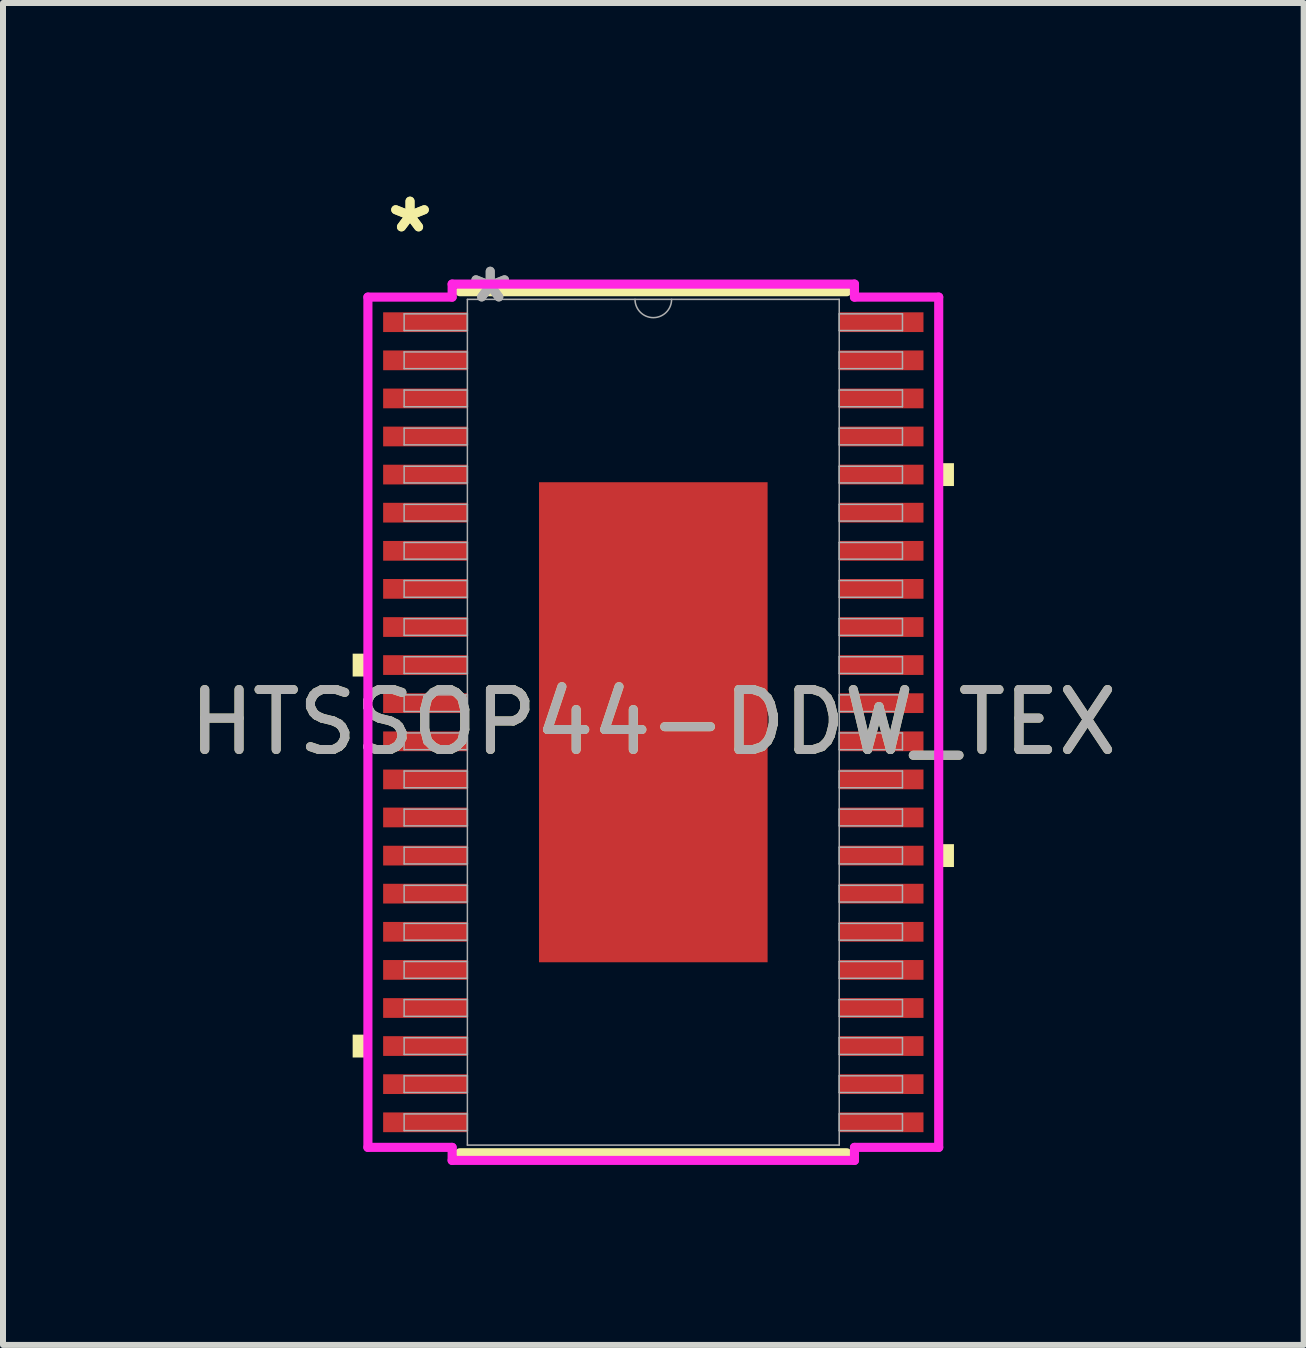
<source format=kicad_pcb>
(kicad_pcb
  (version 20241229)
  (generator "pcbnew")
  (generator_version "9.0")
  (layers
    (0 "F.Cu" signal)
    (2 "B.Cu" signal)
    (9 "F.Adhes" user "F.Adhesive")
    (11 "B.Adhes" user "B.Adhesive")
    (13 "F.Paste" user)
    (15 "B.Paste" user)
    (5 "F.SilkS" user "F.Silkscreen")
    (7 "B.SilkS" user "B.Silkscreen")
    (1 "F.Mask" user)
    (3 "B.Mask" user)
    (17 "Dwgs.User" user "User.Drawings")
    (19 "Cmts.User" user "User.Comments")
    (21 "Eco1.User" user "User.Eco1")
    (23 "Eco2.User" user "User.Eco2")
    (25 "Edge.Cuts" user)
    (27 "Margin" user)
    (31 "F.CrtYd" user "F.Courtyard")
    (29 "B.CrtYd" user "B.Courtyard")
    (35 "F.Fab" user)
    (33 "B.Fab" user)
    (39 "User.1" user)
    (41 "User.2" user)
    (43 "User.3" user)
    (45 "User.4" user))
  (footprint "HTSSOP44-DDW_TEX"
    (layer "F.Cu")
    (at 7.839 8.988)
    (property "Reference" "HTSSOP44-DDW_TEX" (at 0 0 0) (unlocked yes) (layer "F.SilkS") (effects (font (size 1 1) (thickness 0.15))))
    (attr smd)
    (fp_line (start -3.226 7.176) (end 3.226 7.176) (stroke (width 0.152) (type solid)) (layer "F.SilkS"))
    (fp_line (start 3.226 -7.176) (end -3.226 -7.176) (stroke (width 0.152) (type solid)) (layer "F.SilkS"))
    (fp_poly (pts (xy -5.011 -1.143) (xy -5.011 -0.762) (xy -4.757 -0.762) (xy -4.757 -1.143)) (stroke (width 0) (type solid)) (fill yes) (layer "F.SilkS"))
    (fp_poly (pts (xy -5.011 5.207) (xy -5.011 5.588) (xy -4.757 5.588) (xy -4.757 5.207)) (stroke (width 0) (type solid)) (fill yes) (layer "F.SilkS"))
    (fp_poly (pts (xy 5.011 -4.318) (xy 5.011 -3.937) (xy 4.757 -3.937) (xy 4.757 -4.318)) (stroke (width 0) (type solid)) (fill yes) (layer "F.SilkS"))
    (fp_poly (pts (xy 5.011 2.032) (xy 5.011 2.413) (xy 4.757 2.413) (xy 4.757 2.032)) (stroke (width 0) (type solid)) (fill yes) (layer "F.SilkS"))
    (fp_poly (pts (xy -1.805 -3.901) (xy -1.805 -2.767) (xy -0.735 -2.767) (xy -0.735 -3.901)) (stroke (width 0) (type solid)) (fill yes) (layer "F.Paste"))
    (fp_poly (pts (xy -1.805 -2.567) (xy -1.805 -1.433) (xy -0.735 -1.433) (xy -0.735 -2.567)) (stroke (width 0) (type solid)) (fill yes) (layer "F.Paste"))
    (fp_poly (pts (xy -1.805 -1.234) (xy -1.805 -0.1) (xy -0.735 -0.1) (xy -0.735 -1.234)) (stroke (width 0) (type solid)) (fill yes) (layer "F.Paste"))
    (fp_poly (pts (xy -1.805 0.1) (xy -1.805 1.234) (xy -0.735 1.234) (xy -0.735 0.1)) (stroke (width 0) (type solid)) (fill yes) (layer "F.Paste"))
    (fp_poly (pts (xy -1.805 1.433) (xy -1.805 2.567) (xy -0.735 2.567) (xy -0.735 1.433)) (stroke (width 0) (type solid)) (fill yes) (layer "F.Paste"))
    (fp_poly (pts (xy -1.805 2.767) (xy -1.805 3.901) (xy -0.735 3.901) (xy -0.735 2.767)) (stroke (width 0) (type solid)) (fill yes) (layer "F.Paste"))
    (fp_poly (pts (xy -0.535 -3.901) (xy -0.535 -2.767) (xy 0.535 -2.767) (xy 0.535 -3.901)) (stroke (width 0) (type solid)) (fill yes) (layer "F.Paste"))
    (fp_poly (pts (xy -0.535 -2.567) (xy -0.535 -1.433) (xy 0.535 -1.433) (xy 0.535 -2.567)) (stroke (width 0) (type solid)) (fill yes) (layer "F.Paste"))
    (fp_poly (pts (xy -0.535 -1.234) (xy -0.535 -0.1) (xy 0.535 -0.1) (xy 0.535 -1.234)) (stroke (width 0) (type solid)) (fill yes) (layer "F.Paste"))
    (fp_poly (pts (xy -0.535 0.1) (xy -0.535 1.234) (xy 0.535 1.234) (xy 0.535 0.1)) (stroke (width 0) (type solid)) (fill yes) (layer "F.Paste"))
    (fp_poly (pts (xy -0.535 1.433) (xy -0.535 2.567) (xy 0.535 2.567) (xy 0.535 1.433)) (stroke (width 0) (type solid)) (fill yes) (layer "F.Paste"))
    (fp_poly (pts (xy -0.535 2.767) (xy -0.535 3.901) (xy 0.535 3.901) (xy 0.535 2.767)) (stroke (width 0) (type solid)) (fill yes) (layer "F.Paste"))
    (fp_poly (pts (xy 0.735 -3.901) (xy 0.735 -2.767) (xy 1.805 -2.767) (xy 1.805 -3.901)) (stroke (width 0) (type solid)) (fill yes) (layer "F.Paste"))
    (fp_poly (pts (xy 0.735 -2.567) (xy 0.735 -1.433) (xy 1.805 -1.433) (xy 1.805 -2.567)) (stroke (width 0) (type solid)) (fill yes) (layer "F.Paste"))
    (fp_poly (pts (xy 0.735 -1.234) (xy 0.735 -0.1) (xy 1.805 -0.1) (xy 1.805 -1.234)) (stroke (width 0) (type solid)) (fill yes) (layer "F.Paste"))
    (fp_poly (pts (xy 0.735 0.1) (xy 0.735 1.234) (xy 1.805 1.234) (xy 1.805 0.1)) (stroke (width 0) (type solid)) (fill yes) (layer "F.Paste"))
    (fp_poly (pts (xy 0.735 1.433) (xy 0.735 2.567) (xy 1.805 2.567) (xy 1.805 1.433)) (stroke (width 0) (type solid)) (fill yes) (layer "F.Paste"))
    (fp_poly (pts (xy 0.735 2.767) (xy 0.735 3.901) (xy 1.805 3.901) (xy 1.805 2.767)) (stroke (width 0) (type solid)) (fill yes) (layer "F.Paste"))
    (fp_line (start -4.757 -7.086) (end -3.353 -7.086) (stroke (width 0.152) (type solid)) (layer "F.CrtYd"))
    (fp_line (start -4.757 7.086) (end -4.757 -7.086) (stroke (width 0.152) (type solid)) (layer "F.CrtYd"))
    (fp_line (start -4.757 7.086) (end -3.353 7.086) (stroke (width 0.152) (type solid)) (layer "F.CrtYd"))
    (fp_line (start -3.353 -7.303) (end 3.353 -7.303) (stroke (width 0.152) (type solid)) (layer "F.CrtYd"))
    (fp_line (start -3.353 -7.086) (end -3.353 -7.303) (stroke (width 0.152) (type solid)) (layer "F.CrtYd"))
    (fp_line (start -3.353 7.303) (end -3.353 7.086) (stroke (width 0.152) (type solid)) (layer "F.CrtYd"))
    (fp_line (start 3.353 -7.303) (end 3.353 -7.086) (stroke (width 0.152) (type solid)) (layer "F.CrtYd"))
    (fp_line (start 3.353 7.086) (end 3.353 7.303) (stroke (width 0.152) (type solid)) (layer "F.CrtYd"))
    (fp_line (start 3.353 7.303) (end -3.353 7.303) (stroke (width 0.152) (type solid)) (layer "F.CrtYd"))
    (fp_line (start 4.757 -7.086) (end 3.353 -7.086) (stroke (width 0.152) (type solid)) (layer "F.CrtYd"))
    (fp_line (start 4.757 -7.086) (end 4.757 7.086) (stroke (width 0.152) (type solid)) (layer "F.CrtYd"))
    (fp_line (start 4.757 7.086) (end 3.353 7.086) (stroke (width 0.152) (type solid)) (layer "F.CrtYd"))
    (fp_line (start -4.153 -6.807) (end -4.153 -6.528) (stroke (width 0.025) (type solid)) (layer "F.Fab"))
    (fp_line (start -4.153 -6.528) (end -3.099 -6.528) (stroke (width 0.025) (type solid)) (layer "F.Fab"))
    (fp_line (start -4.153 -6.172) (end -4.153 -5.893) (stroke (width 0.025) (type solid)) (layer "F.Fab"))
    (fp_line (start -4.153 -5.893) (end -3.099 -5.893) (stroke (width 0.025) (type solid)) (layer "F.Fab"))
    (fp_line (start -4.153 -5.537) (end -4.153 -5.258) (stroke (width 0.025) (type solid)) (layer "F.Fab"))
    (fp_line (start -4.153 -5.258) (end -3.099 -5.258) (stroke (width 0.025) (type solid)) (layer "F.Fab"))
    (fp_line (start -4.153 -4.902) (end -4.153 -4.623) (stroke (width 0.025) (type solid)) (layer "F.Fab"))
    (fp_line (start -4.153 -4.623) (end -3.099 -4.623) (stroke (width 0.025) (type solid)) (layer "F.Fab"))
    (fp_line (start -4.153 -4.267) (end -4.153 -3.988) (stroke (width 0.025) (type solid)) (layer "F.Fab"))
    (fp_line (start -4.153 -3.988) (end -3.099 -3.988) (stroke (width 0.025) (type solid)) (layer "F.Fab"))
    (fp_line (start -4.153 -3.632) (end -4.153 -3.353) (stroke (width 0.025) (type solid)) (layer "F.Fab"))
    (fp_line (start -4.153 -3.353) (end -3.099 -3.353) (stroke (width 0.025) (type solid)) (layer "F.Fab"))
    (fp_line (start -4.153 -2.997) (end -4.153 -2.718) (stroke (width 0.025) (type solid)) (layer "F.Fab"))
    (fp_line (start -4.153 -2.718) (end -3.099 -2.718) (stroke (width 0.025) (type solid)) (layer "F.Fab"))
    (fp_line (start -4.153 -2.362) (end -4.153 -2.083) (stroke (width 0.025) (type solid)) (layer "F.Fab"))
    (fp_line (start -4.153 -2.083) (end -3.099 -2.083) (stroke (width 0.025) (type solid)) (layer "F.Fab"))
    (fp_line (start -4.153 -1.727) (end -4.153 -1.448) (stroke (width 0.025) (type solid)) (layer "F.Fab"))
    (fp_line (start -4.153 -1.448) (end -3.099 -1.448) (stroke (width 0.025) (type solid)) (layer "F.Fab"))
    (fp_line (start -4.153 -1.092) (end -4.153 -0.813) (stroke (width 0.025) (type solid)) (layer "F.Fab"))
    (fp_line (start -4.153 -0.813) (end -3.099 -0.813) (stroke (width 0.025) (type solid)) (layer "F.Fab"))
    (fp_line (start -4.153 -0.457) (end -4.153 -0.178) (stroke (width 0.025) (type solid)) (layer "F.Fab"))
    (fp_line (start -4.153 -0.178) (end -3.099 -0.178) (stroke (width 0.025) (type solid)) (layer "F.Fab"))
    (fp_line (start -4.153 0.178) (end -4.153 0.457) (stroke (width 0.025) (type solid)) (layer "F.Fab"))
    (fp_line (start -4.153 0.457) (end -3.099 0.457) (stroke (width 0.025) (type solid)) (layer "F.Fab"))
    (fp_line (start -4.153 0.813) (end -4.153 1.092) (stroke (width 0.025) (type solid)) (layer "F.Fab"))
    (fp_line (start -4.153 1.092) (end -3.099 1.092) (stroke (width 0.025) (type solid)) (layer "F.Fab"))
    (fp_line (start -4.153 1.448) (end -4.153 1.727) (stroke (width 0.025) (type solid)) (layer "F.Fab"))
    (fp_line (start -4.153 1.727) (end -3.099 1.727) (stroke (width 0.025) (type solid)) (layer "F.Fab"))
    (fp_line (start -4.153 2.083) (end -4.153 2.362) (stroke (width 0.025) (type solid)) (layer "F.Fab"))
    (fp_line (start -4.153 2.362) (end -3.099 2.362) (stroke (width 0.025) (type solid)) (layer "F.Fab"))
    (fp_line (start -4.153 2.718) (end -4.153 2.997) (stroke (width 0.025) (type solid)) (layer "F.Fab"))
    (fp_line (start -4.153 2.997) (end -3.099 2.997) (stroke (width 0.025) (type solid)) (layer "F.Fab"))
    (fp_line (start -4.153 3.353) (end -4.153 3.632) (stroke (width 0.025) (type solid)) (layer "F.Fab"))
    (fp_line (start -4.153 3.632) (end -3.099 3.632) (stroke (width 0.025) (type solid)) (layer "F.Fab"))
    (fp_line (start -4.153 3.988) (end -4.153 4.267) (stroke (width 0.025) (type solid)) (layer "F.Fab"))
    (fp_line (start -4.153 4.267) (end -3.099 4.267) (stroke (width 0.025) (type solid)) (layer "F.Fab"))
    (fp_line (start -4.153 4.623) (end -4.153 4.902) (stroke (width 0.025) (type solid)) (layer "F.Fab"))
    (fp_line (start -4.153 4.902) (end -3.099 4.902) (stroke (width 0.025) (type solid)) (layer "F.Fab"))
    (fp_line (start -4.153 5.258) (end -4.153 5.537) (stroke (width 0.025) (type solid)) (layer "F.Fab"))
    (fp_line (start -4.153 5.537) (end -3.099 5.537) (stroke (width 0.025) (type solid)) (layer "F.Fab"))
    (fp_line (start -4.153 5.893) (end -4.153 6.172) (stroke (width 0.025) (type solid)) (layer "F.Fab"))
    (fp_line (start -4.153 6.172) (end -3.099 6.172) (stroke (width 0.025) (type solid)) (layer "F.Fab"))
    (fp_line (start -4.153 6.528) (end -4.153 6.807) (stroke (width 0.025) (type solid)) (layer "F.Fab"))
    (fp_line (start -4.153 6.807) (end -3.099 6.807) (stroke (width 0.025) (type solid)) (layer "F.Fab"))
    (fp_line (start -3.099 -7.048) (end -3.099 7.048) (stroke (width 0.025) (type solid)) (layer "F.Fab"))
    (fp_line (start -3.099 -6.807) (end -4.153 -6.807) (stroke (width 0.025) (type solid)) (layer "F.Fab"))
    (fp_line (start -3.099 -6.528) (end -3.099 -6.807) (stroke (width 0.025) (type solid)) (layer "F.Fab"))
    (fp_line (start -3.099 -6.172) (end -4.153 -6.172) (stroke (width 0.025) (type solid)) (layer "F.Fab"))
    (fp_line (start -3.099 -5.893) (end -3.099 -6.172) (stroke (width 0.025) (type solid)) (layer "F.Fab"))
    (fp_line (start -3.099 -5.537) (end -4.153 -5.537) (stroke (width 0.025) (type solid)) (layer "F.Fab"))
    (fp_line (start -3.099 -5.258) (end -3.099 -5.537) (stroke (width 0.025) (type solid)) (layer "F.Fab"))
    (fp_line (start -3.099 -4.902) (end -4.153 -4.902) (stroke (width 0.025) (type solid)) (layer "F.Fab"))
    (fp_line (start -3.099 -4.623) (end -3.099 -4.902) (stroke (width 0.025) (type solid)) (layer "F.Fab"))
    (fp_line (start -3.099 -4.267) (end -4.153 -4.267) (stroke (width 0.025) (type solid)) (layer "F.Fab"))
    (fp_line (start -3.099 -3.988) (end -3.099 -4.267) (stroke (width 0.025) (type solid)) (layer "F.Fab"))
    (fp_line (start -3.099 -3.632) (end -4.153 -3.632) (stroke (width 0.025) (type solid)) (layer "F.Fab"))
    (fp_line (start -3.099 -3.353) (end -3.099 -3.632) (stroke (width 0.025) (type solid)) (layer "F.Fab"))
    (fp_line (start -3.099 -2.997) (end -4.153 -2.997) (stroke (width 0.025) (type solid)) (layer "F.Fab"))
    (fp_line (start -3.099 -2.718) (end -3.099 -2.997) (stroke (width 0.025) (type solid)) (layer "F.Fab"))
    (fp_line (start -3.099 -2.362) (end -4.153 -2.362) (stroke (width 0.025) (type solid)) (layer "F.Fab"))
    (fp_line (start -3.099 -2.083) (end -3.099 -2.362) (stroke (width 0.025) (type solid)) (layer "F.Fab"))
    (fp_line (start -3.099 -1.727) (end -4.153 -1.727) (stroke (width 0.025) (type solid)) (layer "F.Fab"))
    (fp_line (start -3.099 -1.448) (end -3.099 -1.727) (stroke (width 0.025) (type solid)) (layer "F.Fab"))
    (fp_line (start -3.099 -1.092) (end -4.153 -1.092) (stroke (width 0.025) (type solid)) (layer "F.Fab"))
    (fp_line (start -3.099 -0.813) (end -3.099 -1.092) (stroke (width 0.025) (type solid)) (layer "F.Fab"))
    (fp_line (start -3.099 -0.457) (end -4.153 -0.457) (stroke (width 0.025) (type solid)) (layer "F.Fab"))
    (fp_line (start -3.099 -0.178) (end -3.099 -0.457) (stroke (width 0.025) (type solid)) (layer "F.Fab"))
    (fp_line (start -3.099 0.178) (end -4.153 0.178) (stroke (width 0.025) (type solid)) (layer "F.Fab"))
    (fp_line (start -3.099 0.457) (end -3.099 0.178) (stroke (width 0.025) (type solid)) (layer "F.Fab"))
    (fp_line (start -3.099 0.813) (end -4.153 0.813) (stroke (width 0.025) (type solid)) (layer "F.Fab"))
    (fp_line (start -3.099 1.092) (end -3.099 0.813) (stroke (width 0.025) (type solid)) (layer "F.Fab"))
    (fp_line (start -3.099 1.448) (end -4.153 1.448) (stroke (width 0.025) (type solid)) (layer "F.Fab"))
    (fp_line (start -3.099 1.727) (end -3.099 1.448) (stroke (width 0.025) (type solid)) (layer "F.Fab"))
    (fp_line (start -3.099 2.083) (end -4.153 2.083) (stroke (width 0.025) (type solid)) (layer "F.Fab"))
    (fp_line (start -3.099 2.362) (end -3.099 2.083) (stroke (width 0.025) (type solid)) (layer "F.Fab"))
    (fp_line (start -3.099 2.718) (end -4.153 2.718) (stroke (width 0.025) (type solid)) (layer "F.Fab"))
    (fp_line (start -3.099 2.997) (end -3.099 2.718) (stroke (width 0.025) (type solid)) (layer "F.Fab"))
    (fp_line (start -3.099 3.353) (end -4.153 3.353) (stroke (width 0.025) (type solid)) (layer "F.Fab"))
    (fp_line (start -3.099 3.632) (end -3.099 3.353) (stroke (width 0.025) (type solid)) (layer "F.Fab"))
    (fp_line (start -3.099 3.988) (end -4.153 3.988) (stroke (width 0.025) (type solid)) (layer "F.Fab"))
    (fp_line (start -3.099 4.267) (end -3.099 3.988) (stroke (width 0.025) (type solid)) (layer "F.Fab"))
    (fp_line (start -3.099 4.623) (end -4.153 4.623) (stroke (width 0.025) (type solid)) (layer "F.Fab"))
    (fp_line (start -3.099 4.902) (end -3.099 4.623) (stroke (width 0.025) (type solid)) (layer "F.Fab"))
    (fp_line (start -3.099 5.258) (end -4.153 5.258) (stroke (width 0.025) (type solid)) (layer "F.Fab"))
    (fp_line (start -3.099 5.537) (end -3.099 5.258) (stroke (width 0.025) (type solid)) (layer "F.Fab"))
    (fp_line (start -3.099 5.893) (end -4.153 5.893) (stroke (width 0.025) (type solid)) (layer "F.Fab"))
    (fp_line (start -3.099 6.172) (end -3.099 5.893) (stroke (width 0.025) (type solid)) (layer "F.Fab"))
    (fp_line (start -3.099 6.528) (end -4.153 6.528) (stroke (width 0.025) (type solid)) (layer "F.Fab"))
    (fp_line (start -3.099 6.807) (end -3.099 6.528) (stroke (width 0.025) (type solid)) (layer "F.Fab"))
    (fp_line (start -3.099 7.048) (end 3.099 7.048) (stroke (width 0.025) (type solid)) (layer "F.Fab"))
    (fp_line (start 3.099 -7.048) (end -3.099 -7.048) (stroke (width 0.025) (type solid)) (layer "F.Fab"))
    (fp_line (start 3.099 -6.807) (end 3.099 -6.528) (stroke (width 0.025) (type solid)) (layer "F.Fab"))
    (fp_line (start 3.099 -6.528) (end 4.153 -6.528) (stroke (width 0.025) (type solid)) (layer "F.Fab"))
    (fp_line (start 3.099 -6.172) (end 3.099 -5.893) (stroke (width 0.025) (type solid)) (layer "F.Fab"))
    (fp_line (start 3.099 -5.893) (end 4.153 -5.893) (stroke (width 0.025) (type solid)) (layer "F.Fab"))
    (fp_line (start 3.099 -5.537) (end 3.099 -5.258) (stroke (width 0.025) (type solid)) (layer "F.Fab"))
    (fp_line (start 3.099 -5.258) (end 4.153 -5.258) (stroke (width 0.025) (type solid)) (layer "F.Fab"))
    (fp_line (start 3.099 -4.902) (end 3.099 -4.623) (stroke (width 0.025) (type solid)) (layer "F.Fab"))
    (fp_line (start 3.099 -4.623) (end 4.153 -4.623) (stroke (width 0.025) (type solid)) (layer "F.Fab"))
    (fp_line (start 3.099 -4.267) (end 3.099 -3.988) (stroke (width 0.025) (type solid)) (layer "F.Fab"))
    (fp_line (start 3.099 -3.988) (end 4.153 -3.988) (stroke (width 0.025) (type solid)) (layer "F.Fab"))
    (fp_line (start 3.099 -3.632) (end 3.099 -3.353) (stroke (width 0.025) (type solid)) (layer "F.Fab"))
    (fp_line (start 3.099 -3.353) (end 4.153 -3.353) (stroke (width 0.025) (type solid)) (layer "F.Fab"))
    (fp_line (start 3.099 -2.997) (end 3.099 -2.718) (stroke (width 0.025) (type solid)) (layer "F.Fab"))
    (fp_line (start 3.099 -2.718) (end 4.153 -2.718) (stroke (width 0.025) (type solid)) (layer "F.Fab"))
    (fp_line (start 3.099 -2.362) (end 3.099 -2.083) (stroke (width 0.025) (type solid)) (layer "F.Fab"))
    (fp_line (start 3.099 -2.083) (end 4.153 -2.083) (stroke (width 0.025) (type solid)) (layer "F.Fab"))
    (fp_line (start 3.099 -1.727) (end 3.099 -1.448) (stroke (width 0.025) (type solid)) (layer "F.Fab"))
    (fp_line (start 3.099 -1.448) (end 4.153 -1.448) (stroke (width 0.025) (type solid)) (layer "F.Fab"))
    (fp_line (start 3.099 -1.092) (end 3.099 -0.813) (stroke (width 0.025) (type solid)) (layer "F.Fab"))
    (fp_line (start 3.099 -0.813) (end 4.153 -0.813) (stroke (width 0.025) (type solid)) (layer "F.Fab"))
    (fp_line (start 3.099 -0.457) (end 3.099 -0.178) (stroke (width 0.025) (type solid)) (layer "F.Fab"))
    (fp_line (start 3.099 -0.178) (end 4.153 -0.178) (stroke (width 0.025) (type solid)) (layer "F.Fab"))
    (fp_line (start 3.099 0.178) (end 3.099 0.457) (stroke (width 0.025) (type solid)) (layer "F.Fab"))
    (fp_line (start 3.099 0.457) (end 4.153 0.457) (stroke (width 0.025) (type solid)) (layer "F.Fab"))
    (fp_line (start 3.099 0.813) (end 3.099 1.092) (stroke (width 0.025) (type solid)) (layer "F.Fab"))
    (fp_line (start 3.099 1.092) (end 4.153 1.092) (stroke (width 0.025) (type solid)) (layer "F.Fab"))
    (fp_line (start 3.099 1.448) (end 3.099 1.727) (stroke (width 0.025) (type solid)) (layer "F.Fab"))
    (fp_line (start 3.099 1.727) (end 4.153 1.727) (stroke (width 0.025) (type solid)) (layer "F.Fab"))
    (fp_line (start 3.099 2.083) (end 3.099 2.362) (stroke (width 0.025) (type solid)) (layer "F.Fab"))
    (fp_line (start 3.099 2.362) (end 4.153 2.362) (stroke (width 0.025) (type solid)) (layer "F.Fab"))
    (fp_line (start 3.099 2.718) (end 3.099 2.997) (stroke (width 0.025) (type solid)) (layer "F.Fab"))
    (fp_line (start 3.099 2.997) (end 4.153 2.997) (stroke (width 0.025) (type solid)) (layer "F.Fab"))
    (fp_line (start 3.099 3.353) (end 3.099 3.632) (stroke (width 0.025) (type solid)) (layer "F.Fab"))
    (fp_line (start 3.099 3.632) (end 4.153 3.632) (stroke (width 0.025) (type solid)) (layer "F.Fab"))
    (fp_line (start 3.099 3.988) (end 3.099 4.267) (stroke (width 0.025) (type solid)) (layer "F.Fab"))
    (fp_line (start 3.099 4.267) (end 4.153 4.267) (stroke (width 0.025) (type solid)) (layer "F.Fab"))
    (fp_line (start 3.099 4.623) (end 3.099 4.902) (stroke (width 0.025) (type solid)) (layer "F.Fab"))
    (fp_line (start 3.099 4.902) (end 4.153 4.902) (stroke (width 0.025) (type solid)) (layer "F.Fab"))
    (fp_line (start 3.099 5.258) (end 3.099 5.537) (stroke (width 0.025) (type solid)) (layer "F.Fab"))
    (fp_line (start 3.099 5.537) (end 4.153 5.537) (stroke (width 0.025) (type solid)) (layer "F.Fab"))
    (fp_line (start 3.099 5.893) (end 3.099 6.172) (stroke (width 0.025) (type solid)) (layer "F.Fab"))
    (fp_line (start 3.099 6.172) (end 4.153 6.172) (stroke (width 0.025) (type solid)) (layer "F.Fab"))
    (fp_line (start 3.099 6.528) (end 3.099 6.807) (stroke (width 0.025) (type solid)) (layer "F.Fab"))
    (fp_line (start 3.099 6.807) (end 4.153 6.807) (stroke (width 0.025) (type solid)) (layer "F.Fab"))
    (fp_line (start 3.099 7.048) (end 3.099 -7.048) (stroke (width 0.025) (type solid)) (layer "F.Fab"))
    (fp_line (start 4.153 -6.807) (end 3.099 -6.807) (stroke (width 0.025) (type solid)) (layer "F.Fab"))
    (fp_line (start 4.153 -6.528) (end 4.153 -6.807) (stroke (width 0.025) (type solid)) (layer "F.Fab"))
    (fp_line (start 4.153 -6.172) (end 3.099 -6.172) (stroke (width 0.025) (type solid)) (layer "F.Fab"))
    (fp_line (start 4.153 -5.893) (end 4.153 -6.172) (stroke (width 0.025) (type solid)) (layer "F.Fab"))
    (fp_line (start 4.153 -5.537) (end 3.099 -5.537) (stroke (width 0.025) (type solid)) (layer "F.Fab"))
    (fp_line (start 4.153 -5.258) (end 4.153 -5.537) (stroke (width 0.025) (type solid)) (layer "F.Fab"))
    (fp_line (start 4.153 -4.902) (end 3.099 -4.902) (stroke (width 0.025) (type solid)) (layer "F.Fab"))
    (fp_line (start 4.153 -4.623) (end 4.153 -4.902) (stroke (width 0.025) (type solid)) (layer "F.Fab"))
    (fp_line (start 4.153 -4.267) (end 3.099 -4.267) (stroke (width 0.025) (type solid)) (layer "F.Fab"))
    (fp_line (start 4.153 -3.988) (end 4.153 -4.267) (stroke (width 0.025) (type solid)) (layer "F.Fab"))
    (fp_line (start 4.153 -3.632) (end 3.099 -3.632) (stroke (width 0.025) (type solid)) (layer "F.Fab"))
    (fp_line (start 4.153 -3.353) (end 4.153 -3.632) (stroke (width 0.025) (type solid)) (layer "F.Fab"))
    (fp_line (start 4.153 -2.997) (end 3.099 -2.997) (stroke (width 0.025) (type solid)) (layer "F.Fab"))
    (fp_line (start 4.153 -2.718) (end 4.153 -2.997) (stroke (width 0.025) (type solid)) (layer "F.Fab"))
    (fp_line (start 4.153 -2.362) (end 3.099 -2.362) (stroke (width 0.025) (type solid)) (layer "F.Fab"))
    (fp_line (start 4.153 -2.083) (end 4.153 -2.362) (stroke (width 0.025) (type solid)) (layer "F.Fab"))
    (fp_line (start 4.153 -1.727) (end 3.099 -1.727) (stroke (width 0.025) (type solid)) (layer "F.Fab"))
    (fp_line (start 4.153 -1.448) (end 4.153 -1.727) (stroke (width 0.025) (type solid)) (layer "F.Fab"))
    (fp_line (start 4.153 -1.092) (end 3.099 -1.092) (stroke (width 0.025) (type solid)) (layer "F.Fab"))
    (fp_line (start 4.153 -0.813) (end 4.153 -1.092) (stroke (width 0.025) (type solid)) (layer "F.Fab"))
    (fp_line (start 4.153 -0.457) (end 3.099 -0.457) (stroke (width 0.025) (type solid)) (layer "F.Fab"))
    (fp_line (start 4.153 -0.178) (end 4.153 -0.457) (stroke (width 0.025) (type solid)) (layer "F.Fab"))
    (fp_line (start 4.153 0.178) (end 3.099 0.178) (stroke (width 0.025) (type solid)) (layer "F.Fab"))
    (fp_line (start 4.153 0.457) (end 4.153 0.178) (stroke (width 0.025) (type solid)) (layer "F.Fab"))
    (fp_line (start 4.153 0.813) (end 3.099 0.813) (stroke (width 0.025) (type solid)) (layer "F.Fab"))
    (fp_line (start 4.153 1.092) (end 4.153 0.813) (stroke (width 0.025) (type solid)) (layer "F.Fab"))
    (fp_line (start 4.153 1.448) (end 3.099 1.448) (stroke (width 0.025) (type solid)) (layer "F.Fab"))
    (fp_line (start 4.153 1.727) (end 4.153 1.448) (stroke (width 0.025) (type solid)) (layer "F.Fab"))
    (fp_line (start 4.153 2.083) (end 3.099 2.083) (stroke (width 0.025) (type solid)) (layer "F.Fab"))
    (fp_line (start 4.153 2.362) (end 4.153 2.083) (stroke (width 0.025) (type solid)) (layer "F.Fab"))
    (fp_line (start 4.153 2.718) (end 3.099 2.718) (stroke (width 0.025) (type solid)) (layer "F.Fab"))
    (fp_line (start 4.153 2.997) (end 4.153 2.718) (stroke (width 0.025) (type solid)) (layer "F.Fab"))
    (fp_line (start 4.153 3.353) (end 3.099 3.353) (stroke (width 0.025) (type solid)) (layer "F.Fab"))
    (fp_line (start 4.153 3.632) (end 4.153 3.353) (stroke (width 0.025) (type solid)) (layer "F.Fab"))
    (fp_line (start 4.153 3.988) (end 3.099 3.988) (stroke (width 0.025) (type solid)) (layer "F.Fab"))
    (fp_line (start 4.153 4.267) (end 4.153 3.988) (stroke (width 0.025) (type solid)) (layer "F.Fab"))
    (fp_line (start 4.153 4.623) (end 3.099 4.623) (stroke (width 0.025) (type solid)) (layer "F.Fab"))
    (fp_line (start 4.153 4.902) (end 4.153 4.623) (stroke (width 0.025) (type solid)) (layer "F.Fab"))
    (fp_line (start 4.153 5.258) (end 3.099 5.258) (stroke (width 0.025) (type solid)) (layer "F.Fab"))
    (fp_line (start 4.153 5.537) (end 4.153 5.258) (stroke (width 0.025) (type solid)) (layer "F.Fab"))
    (fp_line (start 4.153 5.893) (end 3.099 5.893) (stroke (width 0.025) (type solid)) (layer "F.Fab"))
    (fp_line (start 4.153 6.172) (end 4.153 5.893) (stroke (width 0.025) (type solid)) (layer "F.Fab"))
    (fp_line (start 4.153 6.528) (end 3.099 6.528) (stroke (width 0.025) (type solid)) (layer "F.Fab"))
    (fp_line (start 4.153 6.807) (end 4.153 6.528) (stroke (width 0.025) (type solid)) (layer "F.Fab"))
    (fp_arc (start 0.3048 -7.0485) (mid 0 -6.7437) (end -0.3048 -7.0485) (stroke (width 0.0254) (type solid)) (layer "F.Fab"))
    (fp_text user "*" (at -4.055 -8.14 0) (layer "F.SilkS") (effects (font (size 1 1) (thickness 0.15))))
    (fp_text user "*" (at -4.055 -8.14 0) (unlocked yes) (layer "F.SilkS") (effects (font (size 1 1) (thickness 0.15))))
    (fp_text user "*" (at -2.718 -6.972 0) (unlocked yes) (layer "F.Fab") (effects (font (size 1 1) (thickness 0.15))))
    (fp_text user "*" (at -2.718 -6.972 0) (layer "F.Fab") (effects (font (size 1 1) (thickness 0.15))))
    (fp_text user "${REFERENCE}" (at 0 0 0) (unlocked yes) (layer "F.Fab") (effects (font (size 1 1) (thickness 0.15))))
    (pad "1" smd rect (at -3.801 -6.668) (size 1.404 0.329) (layers "F.Cu" "F.Mask" "F.Paste"))
    (pad "2" smd rect (at -3.801 -6.032) (size 1.404 0.329) (layers "F.Cu" "F.Mask" "F.Paste"))
    (pad "3" smd rect (at -3.801 -5.397) (size 1.404 0.329) (layers "F.Cu" "F.Mask" "F.Paste"))
    (pad "4" smd rect (at -3.801 -4.763) (size 1.404 0.329) (layers "F.Cu" "F.Mask" "F.Paste"))
    (pad "5" smd rect (at -3.801 -4.128) (size 1.404 0.329) (layers "F.Cu" "F.Mask" "F.Paste"))
    (pad "6" smd rect (at -3.801 -3.493) (size 1.404 0.329) (layers "F.Cu" "F.Mask" "F.Paste"))
    (pad "7" smd rect (at -3.801 -2.857) (size 1.404 0.329) (layers "F.Cu" "F.Mask" "F.Paste"))
    (pad "8" smd rect (at -3.801 -2.223) (size 1.404 0.329) (layers "F.Cu" "F.Mask" "F.Paste"))
    (pad "9" smd rect (at -3.801 -1.587) (size 1.404 0.329) (layers "F.Cu" "F.Mask" "F.Paste"))
    (pad "10" smd rect (at -3.801 -0.953) (size 1.404 0.329) (layers "F.Cu" "F.Mask" "F.Paste"))
    (pad "11" smd rect (at -3.801 -0.318) (size 1.404 0.329) (layers "F.Cu" "F.Mask" "F.Paste"))
    (pad "12" smd rect (at -3.801 0.318) (size 1.404 0.329) (layers "F.Cu" "F.Mask" "F.Paste"))
    (pad "13" smd rect (at -3.801 0.953) (size 1.404 0.329) (layers "F.Cu" "F.Mask" "F.Paste"))
    (pad "14" smd rect (at -3.801 1.587) (size 1.404 0.329) (layers "F.Cu" "F.Mask" "F.Paste"))
    (pad "15" smd rect (at -3.801 2.223) (size 1.404 0.329) (layers "F.Cu" "F.Mask" "F.Paste"))
    (pad "16" smd rect (at -3.801 2.857) (size 1.404 0.329) (layers "F.Cu" "F.Mask" "F.Paste"))
    (pad "17" smd rect (at -3.801 3.493) (size 1.404 0.329) (layers "F.Cu" "F.Mask" "F.Paste"))
    (pad "18" smd rect (at -3.801 4.128) (size 1.404 0.329) (layers "F.Cu" "F.Mask" "F.Paste"))
    (pad "19" smd rect (at -3.801 4.763) (size 1.404 0.329) (layers "F.Cu" "F.Mask" "F.Paste"))
    (pad "20" smd rect (at -3.801 5.397) (size 1.404 0.329) (layers "F.Cu" "F.Mask" "F.Paste"))
    (pad "21" smd rect (at -3.801 6.032) (size 1.404 0.329) (layers "F.Cu" "F.Mask" "F.Paste"))
    (pad "22" smd rect (at -3.801 6.668) (size 1.404 0.329) (layers "F.Cu" "F.Mask" "F.Paste"))
    (pad "23" smd rect (at 3.801 6.668) (size 1.404 0.329) (layers "F.Cu" "F.Mask" "F.Paste"))
    (pad "24" smd rect (at 3.801 6.032) (size 1.404 0.329) (layers "F.Cu" "F.Mask" "F.Paste"))
    (pad "25" smd rect (at 3.801 5.397) (size 1.404 0.329) (layers "F.Cu" "F.Mask" "F.Paste"))
    (pad "26" smd rect (at 3.801 4.763) (size 1.404 0.329) (layers "F.Cu" "F.Mask" "F.Paste"))
    (pad "27" smd rect (at 3.801 4.128) (size 1.404 0.329) (layers "F.Cu" "F.Mask" "F.Paste"))
    (pad "28" smd rect (at 3.801 3.493) (size 1.404 0.329) (layers "F.Cu" "F.Mask" "F.Paste"))
    (pad "29" smd rect (at 3.801 2.857) (size 1.404 0.329) (layers "F.Cu" "F.Mask" "F.Paste"))
    (pad "30" smd rect (at 3.801 2.223) (size 1.404 0.329) (layers "F.Cu" "F.Mask" "F.Paste"))
    (pad "31" smd rect (at 3.801 1.587) (size 1.404 0.329) (layers "F.Cu" "F.Mask" "F.Paste"))
    (pad "32" smd rect (at 3.801 0.953) (size 1.404 0.329) (layers "F.Cu" "F.Mask" "F.Paste"))
    (pad "33" smd rect (at 3.801 0.318) (size 1.404 0.329) (layers "F.Cu" "F.Mask" "F.Paste"))
    (pad "34" smd rect (at 3.801 -0.318) (size 1.404 0.329) (layers "F.Cu" "F.Mask" "F.Paste"))
    (pad "35" smd rect (at 3.801 -0.953) (size 1.404 0.329) (layers "F.Cu" "F.Mask" "F.Paste"))
    (pad "36" smd rect (at 3.801 -1.587) (size 1.404 0.329) (layers "F.Cu" "F.Mask" "F.Paste"))
    (pad "37" smd rect (at 3.801 -2.223) (size 1.404 0.329) (layers "F.Cu" "F.Mask" "F.Paste"))
    (pad "38" smd rect (at 3.801 -2.857) (size 1.404 0.329) (layers "F.Cu" "F.Mask" "F.Paste"))
    (pad "39" smd rect (at 3.801 -3.493) (size 1.404 0.329) (layers "F.Cu" "F.Mask" "F.Paste"))
    (pad "40" smd rect (at 3.801 -4.128) (size 1.404 0.329) (layers "F.Cu" "F.Mask" "F.Paste"))
    (pad "41" smd rect (at 3.801 -4.763) (size 1.404 0.329) (layers "F.Cu" "F.Mask" "F.Paste"))
    (pad "42" smd rect (at 3.801 -5.397) (size 1.404 0.329) (layers "F.Cu" "F.Mask" "F.Paste"))
    (pad "43" smd rect (at 3.801 -6.032) (size 1.404 0.329) (layers "F.Cu" "F.Mask" "F.Paste"))
    (pad "44" smd rect (at 3.801 -6.668) (size 1.404 0.329) (layers "F.Cu" "F.Mask" "F.Paste"))
    (pad "EPAD" smd rect (at 0 0) (size 3.81 8.001) (layers "F.Cu" "F.Mask")))
  (gr_rect
    (start -3 -3)
    (end 18.679 19.367)
    (stroke (width 0.1) (type default))
    (fill no)
    (layer "Edge.Cuts")))
</source>
